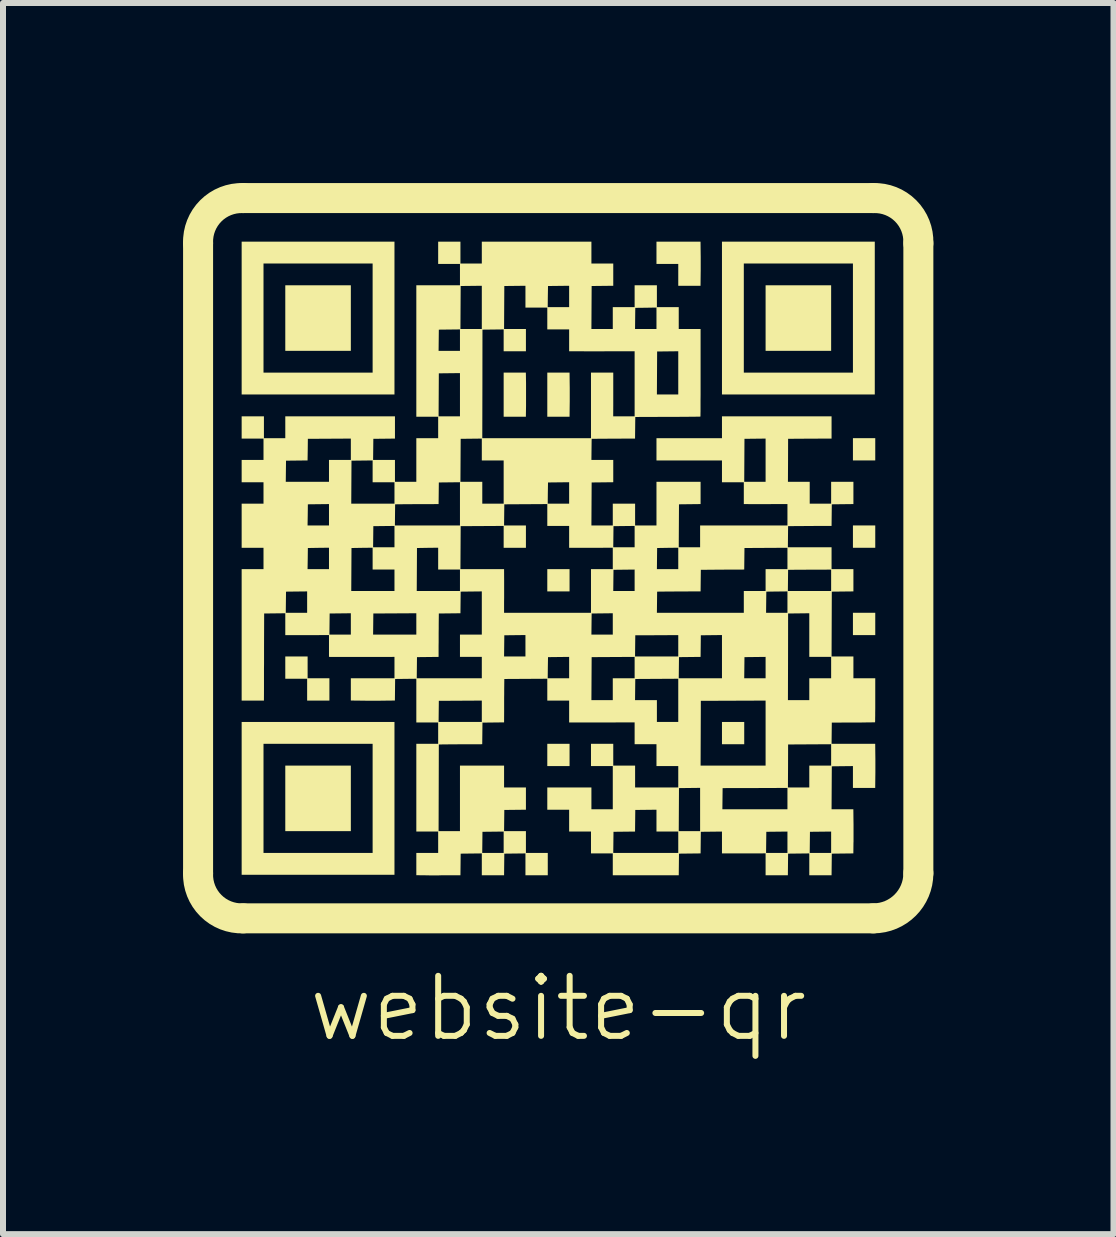
<source format=kicad_pcb>
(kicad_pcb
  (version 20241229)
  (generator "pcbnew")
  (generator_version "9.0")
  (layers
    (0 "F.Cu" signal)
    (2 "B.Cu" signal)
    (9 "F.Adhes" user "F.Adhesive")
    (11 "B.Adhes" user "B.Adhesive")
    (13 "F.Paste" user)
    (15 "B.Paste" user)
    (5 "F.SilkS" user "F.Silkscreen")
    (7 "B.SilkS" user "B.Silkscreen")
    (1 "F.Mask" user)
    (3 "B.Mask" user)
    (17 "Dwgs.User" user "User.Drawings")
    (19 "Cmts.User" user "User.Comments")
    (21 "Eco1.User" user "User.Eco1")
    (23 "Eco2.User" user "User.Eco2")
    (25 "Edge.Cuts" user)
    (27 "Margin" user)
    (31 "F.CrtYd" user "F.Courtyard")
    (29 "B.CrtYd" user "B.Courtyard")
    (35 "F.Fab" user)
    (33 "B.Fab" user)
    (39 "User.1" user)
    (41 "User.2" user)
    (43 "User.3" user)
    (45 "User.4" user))
  (footprint "website-qr"
    (layer "F.Cu")
    (at 6.25 6.25)
    (property "Reference" "website-qr" (at 0 7.5 0) (unlocked yes) (layer "F.SilkS") (effects (font (size 1 1) (thickness 0.1))))
    (attr smd)
    (fp_line (start -6 5.25) (end -6 -5.25) (stroke (width 0.5) (type default)) (layer "F.SilkS"))
    (fp_line (start -5.25 -6) (end 5.25 -6) (stroke (width 0.5) (type default)) (layer "F.SilkS"))
    (fp_line (start 5.25 6) (end -5.25 6) (stroke (width 0.5) (type default)) (layer "F.SilkS"))
    (fp_line (start 6 -5.25) (end 6 5.25) (stroke (width 0.5) (type default)) (layer "F.SilkS"))
    (fp_arc (start -6 -5.25) (mid -5.787635 -5.787635) (end -5.25 -6) (stroke (width 0.5) (type default)) (layer "F.SilkS"))
    (fp_arc (start -5.25 6.000001) (mid -5.787636 5.787636) (end -6 5.25) (stroke (width 0.5) (type default)) (layer "F.SilkS"))
    (fp_arc (start 5.25 -6) (mid 5.787636 -5.787636) (end 6.000001 -5.25) (stroke (width 0.5) (type default)) (layer "F.SilkS"))
    (fp_arc (start 6 5.25) (mid 5.78033 5.78033) (end 5.25 6) (stroke (width 0.5) (type default)) (layer "F.SilkS"))
    (fp_poly (pts (xy -3.455 -4.001) (xy -3.455 -3.455) (xy -4.001 -3.455) (xy -4.547 -3.455) (xy -4.547 -4.001) (xy -4.547 -4.547) (xy -4.001 -4.547) (xy -3.455 -4.547)) (stroke (width 0) (type solid)) (fill yes) (layer "F.SilkS"))
    (fp_poly (pts (xy -3.455 4.001) (xy -3.455 4.547) (xy -4.001 4.547) (xy -4.547 4.547) (xy -4.547 4.001) (xy -4.547 3.455) (xy -4.001 3.455) (xy -3.455 3.455)) (stroke (width 0) (type solid)) (fill yes) (layer "F.SilkS"))
    (fp_poly (pts (xy 0.189 0.368) (xy 0.189 0.553) (xy 0.004 0.553) (xy -0.182 0.553) (xy -0.182 0.368) (xy -0.182 0.182) (xy 0.004 0.182) (xy 0.189 0.182)) (stroke (width 0) (type solid)) (fill yes) (layer "F.SilkS"))
    (fp_poly (pts (xy 0.189 3.277) (xy 0.189 3.463) (xy 0.004 3.463) (xy -0.182 3.463) (xy -0.182 3.277) (xy -0.182 3.092) (xy 0.004 3.092) (xy 0.189 3.092)) (stroke (width 0) (type solid)) (fill yes) (layer "F.SilkS"))
    (fp_poly (pts (xy 3.099 2.914) (xy 3.099 3.099) (xy 2.914 3.099) (xy 2.728 3.099) (xy 2.728 2.914) (xy 2.728 2.728) (xy 2.914 2.728) (xy 3.099 2.728)) (stroke (width 0) (type solid)) (fill yes) (layer "F.SilkS"))
    (fp_poly (pts (xy 4.547 -4.001) (xy 4.547 -3.455) (xy 4.001 -3.455) (xy 3.455 -3.455) (xy 3.455 -4.001) (xy 3.455 -4.547) (xy 4.001 -4.547) (xy 4.547 -4.547)) (stroke (width 0) (type solid)) (fill yes) (layer "F.SilkS"))
    (fp_poly (pts (xy 5.282 -1.815) (xy 5.282 -1.629) (xy 5.096 -1.629) (xy 4.91 -1.629) (xy 4.91 -1.815) (xy 4.91 -2) (xy 5.096 -2) (xy 5.282 -2)) (stroke (width 0) (type solid)) (fill yes) (layer "F.SilkS"))
    (fp_poly (pts (xy 5.282 -0.36) (xy 5.282 -0.174) (xy 5.096 -0.174) (xy 4.91 -0.174) (xy 4.91 -0.36) (xy 4.91 -0.546) (xy 5.096 -0.546) (xy 5.282 -0.546)) (stroke (width 0) (type solid)) (fill yes) (layer "F.SilkS"))
    (fp_poly (pts (xy 5.282 1.095) (xy 5.282 1.281) (xy 5.096 1.281) (xy 4.91 1.281) (xy 4.91 1.095) (xy 4.91 0.909) (xy 5.096 0.909) (xy 5.282 0.909)) (stroke (width 0) (type solid)) (fill yes) (layer "F.SilkS"))
    (fp_poly (pts (xy -0.536 -2.908) (xy -0.536 -2.841) (xy -0.536 -2.765) (xy -0.536 -2.686) (xy -0.536 -2.61) (xy -0.536 -2.543) (xy -0.536 -2.54) (xy -0.539 -2.357) (xy -0.724 -2.357) (xy -0.909 -2.357) (xy -0.909 -2.724) (xy -0.909 -3.092) (xy -0.724 -3.092) (xy -0.539 -3.092)) (stroke (width 0) (type solid)) (fill yes) (layer "F.SilkS"))
    (fp_poly (pts (xy 0.191 -2.908) (xy 0.192 -2.841) (xy 0.192 -2.765) (xy 0.192 -2.686) (xy 0.192 -2.61) (xy 0.191 -2.543) (xy 0.191 -2.54) (xy 0.189 -2.357) (xy 0.004 -2.357) (xy -0.182 -2.357) (xy -0.182 -2.724) (xy -0.182 -3.092) (xy 0.004 -3.092) (xy 0.189 -3.092)) (stroke (width 0) (type solid)) (fill yes) (layer "F.SilkS"))
    (fp_poly (pts (xy -4.175 1.819) (xy -4.175 2) (xy -3.993 2) (xy -3.812 2) (xy -3.812 2.186) (xy -3.812 2.372) (xy -3.997 2.372) (xy -4.183 2.372) (xy -4.183 2.19) (xy -4.183 2.008) (xy -4.365 2.008) (xy -4.547 2.008) (xy -4.547 1.822) (xy -4.547 1.637) (xy -4.361 1.637) (xy -4.175 1.637)) (stroke (width 0) (type solid)) (fill yes) (layer "F.SilkS"))
    (fp_poly (pts (xy 2.373 -5.09) (xy 2.374 -5.024) (xy 2.374 -4.948) (xy 2.374 -4.869) (xy 2.374 -4.793) (xy 2.373 -4.726) (xy 2.373 -4.723) (xy 2.371 -4.539) (xy 2.186 -4.539) (xy 2 -4.539) (xy 2 -4.721) (xy 2 -4.903) (xy 1.819 -4.903) (xy 1.637 -4.903) (xy 1.637 -5.088) (xy 1.637 -5.274) (xy 2.004 -5.274) (xy 2.371 -5.274)) (stroke (width 0) (type solid)) (fill yes) (layer "F.SilkS"))
    (fp_poly (pts (xy -2.728 -4.001) (xy -2.728 -2.728) (xy -4.001 -2.728) (xy -5.274 -2.728) (xy -5.274 -4.001) (xy -5.274 -4.91) (xy -4.91 -4.91) (xy -4.91 -4.001) (xy -4.91 -3.092) (xy -4.001 -3.092) (xy -3.092 -3.092) (xy -3.092 -4.001) (xy -3.092 -4.91) (xy -4.001 -4.91) (xy -4.91 -4.91) (xy -5.274 -4.91) (xy -5.274 -5.274) (xy -4.001 -5.274) (xy -2.728 -5.274)) (stroke (width 0) (type solid)) (fill yes) (layer "F.SilkS"))
    (fp_poly (pts (xy -2.728 4.001) (xy -2.728 5.274) (xy -4.001 5.274) (xy -5.274 5.274) (xy -5.274 4.001) (xy -5.274 3.092) (xy -4.91 3.092) (xy -4.91 4.001) (xy -4.91 4.91) (xy -4.001 4.91) (xy -3.092 4.91) (xy -3.092 4.001) (xy -3.092 3.092) (xy -4.001 3.092) (xy -4.91 3.092) (xy -5.274 3.092) (xy -5.274 2.728) (xy -4.001 2.728) (xy -2.728 2.728)) (stroke (width 0) (type solid)) (fill yes) (layer "F.SilkS"))
    (fp_poly (pts (xy 5.274 -4.001) (xy 5.274 -2.728) (xy 4.001 -2.728) (xy 2.728 -2.728) (xy 2.728 -4.001) (xy 2.728 -4.91) (xy 3.092 -4.91) (xy 3.092 -4.001) (xy 3.092 -3.092) (xy 4.001 -3.092) (xy 4.91 -3.092) (xy 4.91 -4.001) (xy 4.91 -4.91) (xy 4.001 -4.91) (xy 3.092 -4.91) (xy 2.728 -4.91) (xy 2.728 -5.274) (xy 4.001 -5.274) (xy 5.274 -5.274)) (stroke (width 0) (type solid)) (fill yes) (layer "F.SilkS"))
    (fp_poly (pts (xy -1.629 -5.092) (xy -1.629 -4.91) (xy -1.451 -4.91) (xy -1.273 -4.91) (xy -1.273 -5.092) (xy -1.273 -5.274) (xy -0.36 -5.274) (xy 0.553 -5.274) (xy 0.553 -5.092) (xy 0.553 -4.91) (xy 0.735 -4.91) (xy 0.917 -4.91) (xy 0.917 -4.725) (xy 0.917 -4.539) (xy 0.737 -4.537) (xy 0.557 -4.535) (xy 0.555 -4.177) (xy 0.553 -3.819) (xy 0.731 -3.819) (xy 0.909 -3.819) (xy 1.28 -3.819) (xy 1.459 -3.819) (xy 1.637 -3.819) (xy 1.637 -3.997) (xy 1.637 -4.176) (xy 1.461 -4.173) (xy 1.284 -4.171) (xy 1.282 -3.995) (xy 1.28 -3.819) (xy 0.909 -3.819) (xy 0.909 -4.001) (xy 0.909 -4.183) (xy 1.091 -4.183) (xy 1.273 -4.183) (xy 1.273 -4.365) (xy 1.273 -4.547) (xy 1.459 -4.547) (xy 1.644 -4.547) (xy 1.644 -4.365) (xy 1.644 -4.183) (xy 1.826 -4.183) (xy 2.008 -4.183) (xy 2.008 -4.001) (xy 2.008 -3.819) (xy 2.19 -3.819) (xy 2.372 -3.819) (xy 2.372 -3.635) (xy 2.372 -3.507) (xy 2.372 -3.381) (xy 2.372 -3.258) (xy 2.372 -3.14) (xy 2.372 -3.026) (xy 2.372 -2.919) (xy 2.372 -2.818) (xy 2.372 -2.725) (xy 2.371 -2.64) (xy 2.371 -2.565) (xy 2.371 -2.5) (xy 2.371 -2.446) (xy 2.37 -2.404) (xy 2.37 -2.376) (xy 2.369 -2.361) (xy 2.369 -2.359) (xy 2.361 -2.359) (xy 2.34 -2.358) (xy 2.305 -2.358) (xy 2.259 -2.357) (xy 2.203 -2.357) (xy 2.137 -2.356) (xy 2.064 -2.356) (xy 1.984 -2.355) (xy 1.898 -2.355) (xy 1.825 -2.355) (xy 1.284 -2.353) (xy 1.282 -2.173) (xy 1.28 -1.993) (xy 1.101 -1.993) (xy 1.035 -1.992) (xy 0.96 -1.992) (xy 0.882 -1.992) (xy 0.807 -1.991) (xy 0.74 -1.991) (xy 0.739 -1.991) (xy 0.557 -1.989) (xy 0.555 -1.813) (xy 0.553 -1.637) (xy 0.735 -1.637) (xy 0.917 -1.637) (xy 0.917 -1.451) (xy 0.917 -1.266) (xy 0.737 -1.264) (xy 0.557 -1.262) (xy 0.555 -0.904) (xy 0.553 -0.546) (xy 0.731 -0.546) (xy 0.909 -0.546) (xy 0.909 -0.727) (xy 0.909 -0.909) (xy 1.095 -0.909) (xy 1.281 -0.909) (xy 1.281 -0.727) (xy 1.281 -0.546) (xy 1.459 -0.546) (xy 1.637 -0.546) (xy 1.637 -0.909) (xy 1.637 -1.273) (xy 2.004 -1.273) (xy 2.372 -1.273) (xy 2.372 -1.088) (xy 2.372 -0.902) (xy 2.192 -0.9) (xy 2.012 -0.898) (xy 2.01 -0.54) (xy 2.008 -0.182) (xy 2.186 -0.182) (xy 2.364 -0.182) (xy 2.364 -0.364) (xy 2.364 -0.546) (xy 3.092 -0.546) (xy 3.819 -0.546) (xy 3.819 -0.724) (xy 3.819 -0.902) (xy 3.639 -0.902) (xy 3.574 -0.902) (xy 3.499 -0.901) (xy 3.421 -0.901) (xy 3.346 -0.901) (xy 3.279 -0.901) (xy 3.275 -0.901) (xy 3.092 -0.902) (xy 3.092 -1.084) (xy 3.092 -1.265) (xy 2.91 -1.265) (xy 2.728 -1.265) (xy 2.728 -1.273) (xy 3.099 -1.273) (xy 3.277 -1.273) (xy 3.455 -1.273) (xy 3.455 -1.633) (xy 3.455 -1.993) (xy 3.279 -1.991) (xy 3.103 -1.989) (xy 3.101 -1.631) (xy 3.099 -1.273) (xy 2.728 -1.273) (xy 2.728 -1.447) (xy 2.728 -1.629) (xy 2.366 -1.629) (xy 2.285 -1.629) (xy 2.202 -1.629) (xy 2.119 -1.629) (xy 2.04 -1.629) (xy 1.966 -1.629) (xy 1.9 -1.629) (xy 1.845 -1.629) (xy 1.821 -1.629) (xy 1.637 -1.629) (xy 1.637 -1.815) (xy 1.637 -2) (xy 2.182 -2) (xy 2.728 -2) (xy 2.728 -2.182) (xy 2.728 -2.364) (xy 3.641 -2.364) (xy 4.554 -2.364) (xy 4.554 -2.179) (xy 4.554 -1.993) (xy 4.374 -1.993) (xy 4.309 -1.992) (xy 4.234 -1.992) (xy 4.156 -1.992) (xy 4.08 -1.991) (xy 4.014 -1.991) (xy 4.012 -1.991) (xy 3.83 -1.989) (xy 3.829 -1.631) (xy 3.827 -1.273) (xy 4.009 -1.273) (xy 4.19 -1.273) (xy 4.19 -1.091) (xy 4.19 -0.909) (xy 4.368 -0.909) (xy 4.547 -0.909) (xy 4.547 -1.091) (xy 4.547 -1.273) (xy 4.732 -1.273) (xy 4.918 -1.273) (xy 4.918 -1.088) (xy 4.918 -0.902) (xy 4.738 -0.9) (xy 4.558 -0.898) (xy 4.556 -0.718) (xy 4.554 -0.538) (xy 4.374 -0.538) (xy 4.308 -0.538) (xy 4.234 -0.537) (xy 4.156 -0.537) (xy 4.08 -0.536) (xy 4.014 -0.536) (xy 4.012 -0.536) (xy 3.83 -0.534) (xy 3.828 -0.358) (xy 3.826 -0.182) (xy 4.19 -0.182) (xy 4.554 -0.182) (xy 4.554 0) (xy 4.554 0.182) (xy 4.736 0.182) (xy 4.918 0.182) (xy 4.918 0.367) (xy 4.918 0.553) (xy 4.738 0.555) (xy 4.558 0.557) (xy 4.556 1.097) (xy 4.554 1.637) (xy 4.736 1.637) (xy 4.918 1.637) (xy 4.918 1.819) (xy 4.918 2) (xy 5.1 2) (xy 5.282 2) (xy 5.282 2.184) (xy 5.282 2.271) (xy 5.282 2.355) (xy 5.282 2.433) (xy 5.282 2.505) (xy 5.281 2.57) (xy 5.281 2.625) (xy 5.28 2.671) (xy 5.28 2.705) (xy 5.279 2.726) (xy 5.279 2.733) (xy 5.271 2.734) (xy 5.249 2.734) (xy 5.216 2.735) (xy 5.171 2.735) (xy 5.118 2.736) (xy 5.057 2.737) (xy 4.989 2.737) (xy 4.917 2.737) (xy 4.558 2.739) (xy 4.556 2.915) (xy 4.554 3.092) (xy 4.917 3.092) (xy 5.281 3.092) (xy 5.283 3.275) (xy 5.284 3.342) (xy 5.284 3.418) (xy 5.284 3.497) (xy 5.284 3.573) (xy 5.283 3.64) (xy 5.283 3.643) (xy 5.281 3.827) (xy 5.096 3.827) (xy 4.91 3.827) (xy 4.91 3.645) (xy 4.91 3.463) (xy 4.734 3.465) (xy 4.558 3.467) (xy 4.556 3.825) (xy 4.554 4.183) (xy 4.736 4.183) (xy 4.917 4.183) (xy 4.919 4.367) (xy 4.92 4.433) (xy 4.92 4.509) (xy 4.92 4.588) (xy 4.92 4.664) (xy 4.92 4.731) (xy 4.919 4.734) (xy 4.917 4.918) (xy 4.738 4.92) (xy 4.558 4.922) (xy 4.556 5.102) (xy 4.554 5.282) (xy 4.368 5.282) (xy 4.183 5.282) (xy 4.183 5.1) (xy 4.183 4.918) (xy 4.007 4.92) (xy 3.83 4.922) (xy 3.828 5.102) (xy 3.826 5.282) (xy 3.641 5.282) (xy 3.455 5.282) (xy 3.455 5.099) (xy 3.455 4.917) (xy 3.275 4.918) (xy 3.21 4.918) (xy 3.136 4.918) (xy 3.058 4.918) (xy 2.982 4.918) (xy 2.915 4.918) (xy 2.912 4.918) (xy 2.728 4.918) (xy 2.728 4.91) (xy 3.463 4.91) (xy 3.641 4.91) (xy 3.819 4.91) (xy 4.19 4.91) (xy 4.368 4.91) (xy 4.547 4.91) (xy 4.547 4.732) (xy 4.547 4.554) (xy 4.37 4.556) (xy 4.194 4.558) (xy 4.192 4.734) (xy 4.19 4.91) (xy 3.819 4.91) (xy 3.819 4.732) (xy 3.819 4.554) (xy 3.643 4.556) (xy 3.467 4.558) (xy 3.465 4.734) (xy 3.463 4.91) (xy 2.728 4.91) (xy 2.728 4.736) (xy 2.728 4.554) (xy 2.552 4.556) (xy 2.376 4.558) (xy 2.374 4.738) (xy 2.372 4.918) (xy 2.192 4.92) (xy 2.012 4.922) (xy 2.01 5.102) (xy 2.008 5.282) (xy 1.83 5.282) (xy 1.766 5.282) (xy 1.693 5.282) (xy 1.616 5.282) (xy 1.541 5.282) (xy 1.473 5.282) (xy 1.462 5.282) (xy 1.396 5.282) (xy 1.32 5.282) (xy 1.242 5.282) (xy 1.167 5.282) (xy 1.1 5.282) (xy 1.091 5.282) (xy 0.909 5.282) (xy 0.909 5.1) (xy 0.909 4.918) (xy 0.727 4.918) (xy 0.546 4.918) (xy 0.546 4.91) (xy 0.917 4.91) (xy 1.459 4.91) (xy 2 4.91) (xy 2 4.732) (xy 2 4.554) (xy 1.819 4.554) (xy 1.637 4.554) (xy 1.637 4.547) (xy 2.008 4.547) (xy 2.186 4.547) (xy 2.364 4.547) (xy 2.364 4.186) (xy 2.364 4.183) (xy 2.735 4.183) (xy 3.277 4.183) (xy 3.819 4.183) (xy 3.819 4.005) (xy 3.819 3.827) (xy 3.279 3.829) (xy 2.739 3.83) (xy 2.737 4.007) (xy 2.735 4.183) (xy 2.364 4.183) (xy 2.364 3.826) (xy 2.188 3.828) (xy 2.012 3.83) (xy 2.01 4.189) (xy 2.008 4.547) (xy 1.637 4.547) (xy 1.637 4.372) (xy 1.637 4.19) (xy 1.461 4.192) (xy 1.284 4.194) (xy 1.282 4.374) (xy 1.28 4.554) (xy 1.101 4.556) (xy 0.921 4.558) (xy 0.919 4.734) (xy 0.917 4.91) (xy 0.546 4.91) (xy 0.546 4.736) (xy 0.546 4.554) (xy 0.364 4.554) (xy 0.182 4.554) (xy 0.182 4.372) (xy 0.182 4.19) (xy 0 4.19) (xy -0.182 4.19) (xy -0.182 4.005) (xy -0.182 3.819) (xy 0.186 3.819) (xy 0.553 3.819) (xy 0.553 4.001) (xy 0.553 4.183) (xy 0.731 4.183) (xy 0.909 4.183) (xy 0.909 3.823) (xy 0.909 3.463) (xy 0.727 3.463) (xy 0.546 3.463) (xy 0.546 3.277) (xy 0.546 3.092) (xy 0.731 3.092) (xy 0.917 3.092) (xy 0.917 3.274) (xy 0.917 3.455) (xy 1.099 3.455) (xy 1.281 3.455) (xy 1.281 3.637) (xy 1.281 3.819) (xy 1.641 3.819) (xy 2 3.819) (xy 3.827 3.819) (xy 4.005 3.819) (xy 4.183 3.819) (xy 4.183 3.637) (xy 4.183 3.455) (xy 4.365 3.455) (xy 4.547 3.455) (xy 4.547 3.277) (xy 4.547 3.099) (xy 4.189 3.101) (xy 3.83 3.103) (xy 3.829 3.461) (xy 3.827 3.819) (xy 2 3.819) (xy 2 3.641) (xy 2 3.463) (xy 1.819 3.463) (xy 1.637 3.463) (xy 1.637 3.455) (xy 2.372 3.455) (xy 2.914 3.455) (xy 3.455 3.455) (xy 3.455 2.914) (xy 3.455 2.372) (xy 2.915 2.374) (xy 2.376 2.376) (xy 2.374 2.915) (xy 2.372 3.455) (xy 1.637 3.455) (xy 1.637 3.281) (xy 1.637 3.099) (xy 1.455 3.099) (xy 1.273 3.099) (xy 1.273 2.917) (xy 1.273 2.735) (xy 0.911 2.736) (xy 0.83 2.736) (xy 0.747 2.736) (xy 0.664 2.736) (xy 0.585 2.736) (xy 0.511 2.736) (xy 0.445 2.736) (xy 0.39 2.736) (xy 0.366 2.736) (xy 0.182 2.736) (xy 0.182 2.554) (xy 0.182 2.372) (xy 0 2.372) (xy -0.182 2.372) (xy -0.182 2.364) (xy 0.553 2.364) (xy 0.731 2.364) (xy 0.909 2.364) (xy 1.28 2.364) (xy 1.462 2.364) (xy 1.644 2.364) (xy 1.644 2.546) (xy 1.644 2.728) (xy 1.822 2.728) (xy 2 2.728) (xy 2 2.368) (xy 2 2.364) (xy 3.827 2.364) (xy 4.005 2.364) (xy 4.183 2.364) (xy 4.183 2.182) (xy 4.183 2) (xy 4.365 2) (xy 4.547 2) (xy 4.547 1.822) (xy 4.547 1.644) (xy 4.365 1.644) (xy 4.183 1.644) (xy 4.183 1.28) (xy 4.183 0.917) (xy 4.007 0.919) (xy 3.83 0.921) (xy 3.829 1.642) (xy 3.827 2.364) (xy 2 2.364) (xy 2 2.008) (xy 1.642 2.01) (xy 1.284 2.012) (xy 1.282 2.188) (xy 1.28 2.364) (xy 0.909 2.364) (xy 0.909 2.182) (xy 0.909 2) (xy 1.091 2) (xy 1.273 2) (xy 2.008 2) (xy 2.368 2) (xy 2.728 2) (xy 3.099 2) (xy 3.277 2) (xy 3.455 2) (xy 3.455 1.822) (xy 3.455 1.644) (xy 3.279 1.646) (xy 3.103 1.648) (xy 3.101 1.824) (xy 3.099 2) (xy 2.728 2) (xy 2.728 1.64) (xy 2.728 1.28) (xy 2.552 1.282) (xy 2.376 1.284) (xy 2.374 1.464) (xy 2.372 1.644) (xy 2.192 1.646) (xy 2.012 1.648) (xy 2.01 1.824) (xy 2.008 2) (xy 1.273 2) (xy 1.273 1.822) (xy 1.273 1.644) (xy 0.915 1.646) (xy 0.557 1.648) (xy 0.555 2.006) (xy 0.553 2.364) (xy -0.182 2.364) (xy -0.182 2.19) (xy -0.182 2.008) (xy -0.54 2.01) (xy -0.898 2.012) (xy -0.9 2.194) (xy -0.9 2.26) (xy -0.901 2.335) (xy -0.901 2.413) (xy -0.901 2.488) (xy -0.901 2.554) (xy -0.901 2.555) (xy -0.902 2.735) (xy -1.082 2.737) (xy -1.262 2.739) (xy -1.264 2.919) (xy -1.266 3.099) (xy -1.446 3.1) (xy -1.511 3.1) (xy -1.586 3.1) (xy -1.664 3.1) (xy -1.739 3.101) (xy -1.806 3.101) (xy -1.807 3.101) (xy -1.989 3.103) (xy -1.991 3.825) (xy -1.993 4.547) (xy -1.815 4.547) (xy -1.637 4.547) (xy -1.637 4.001) (xy -1.637 3.455) (xy -1.269 3.455) (xy -0.902 3.455) (xy -0.902 3.637) (xy -0.902 3.819) (xy -0.72 3.819) (xy -0.538 3.819) (xy -0.538 4.005) (xy -0.538 4.19) (xy -0.718 4.192) (xy -0.898 4.194) (xy -0.9 4.37) (xy -0.902 4.547) (xy -0.72 4.547) (xy -0.538 4.547) (xy -0.538 4.728) (xy -0.538 4.91) (xy -0.356 4.91) (xy -0.174 4.91) (xy -0.174 5.096) (xy -0.174 5.282) (xy -0.36 5.282) (xy -0.546 5.282) (xy -0.546 5.1) (xy -0.546 4.918) (xy -0.722 4.92) (xy -0.898 4.922) (xy -0.9 5.102) (xy -0.902 5.282) (xy -1.088 5.282) (xy -1.273 5.282) (xy -1.273 5.1) (xy -1.273 4.918) (xy -1.449 4.92) (xy -1.625 4.922) (xy -1.627 5.102) (xy -1.629 5.282) (xy -1.803 5.282) (xy -1.853 5.282) (xy -1.899 5.282) (xy -1.937 5.282) (xy -1.966 5.283) (xy -1.983 5.283) (xy -1.987 5.284) (xy -1.997 5.284) (xy -2.02 5.284) (xy -2.054 5.284) (xy -2.096 5.284) (xy -2.145 5.284) (xy -2.18 5.283) (xy -2.364 5.281) (xy -2.364 5.096) (xy -2.364 4.91) (xy -2.182 4.91) (xy -2 4.91) (xy -1.266 4.91) (xy -1.088 4.91) (xy -0.909 4.91) (xy -0.909 4.732) (xy -0.909 4.554) (xy -1.085 4.556) (xy -1.262 4.558) (xy -1.264 4.734) (xy -1.266 4.91) (xy -2 4.91) (xy -2 4.732) (xy -2 4.554) (xy -2.182 4.554) (xy -2.364 4.554) (xy -2.364 3.823) (xy -2.364 3.092) (xy -2.182 3.092) (xy -2 3.092) (xy -2 2.914) (xy -2 2.736) (xy -2.182 2.736) (xy -2.364 2.736) (xy -2.364 2.728) (xy -1.993 2.728) (xy -1.633 2.728) (xy -1.273 2.728) (xy -1.273 2.55) (xy -1.273 2.372) (xy -1.631 2.374) (xy -1.989 2.376) (xy -1.991 2.552) (xy -1.993 2.728) (xy -2.364 2.728) (xy -2.364 2.372) (xy -2.364 2.008) (xy -2.54 2.01) (xy -2.717 2.012) (xy -2.719 2.192) (xy -2.721 2.371) (xy -2.904 2.373) (xy -2.971 2.374) (xy -3.047 2.374) (xy -3.126 2.374) (xy -3.202 2.374) (xy -3.269 2.373) (xy -3.272 2.373) (xy -3.455 2.371) (xy -3.455 2.186) (xy -3.455 2) (xy -3.092 2) (xy -2.728 2) (xy -2.357 2) (xy -1.815 2) (xy -1.273 2) (xy -0.175 2) (xy 0.004 2) (xy 0.182 2) (xy 0.182 1.822) (xy 0.182 1.644) (xy 0.006 1.646) (xy -0.17 1.648) (xy -0.173 1.824) (xy -0.175 2) (xy -1.273 2) (xy -1.273 1.822) (xy -1.273 1.644) (xy -1.455 1.644) (xy -1.637 1.644) (xy -1.637 1.637) (xy -0.902 1.637) (xy -0.724 1.637) (xy -0.546 1.637) (xy 1.28 1.637) (xy 1.64 1.637) (xy 2 1.637) (xy 2 1.459) (xy 2 1.281) (xy 1.642 1.283) (xy 1.284 1.284) (xy 1.282 1.461) (xy 1.28 1.637) (xy -0.546 1.637) (xy -0.546 1.459) (xy -0.546 1.28) (xy -0.722 1.282) (xy -0.898 1.284) (xy -0.9 1.461) (xy -0.902 1.637) (xy -1.637 1.637) (xy -1.637 1.459) (xy -1.637 1.273) (xy -1.455 1.273) (xy -1.273 1.273) (xy 0.553 1.273) (xy 0.731 1.273) (xy 0.909 1.273) (xy 0.909 1.095) (xy 0.909 0.917) (xy 0.733 0.919) (xy 0.557 0.921) (xy 0.555 1.097) (xy 0.553 1.273) (xy -1.273 1.273) (xy -1.273 0.913) (xy -1.273 0.553) (xy -1.449 0.555) (xy -1.625 0.557) (xy -1.627 0.737) (xy -1.629 0.917) (xy -1.809 0.919) (xy -1.989 0.921) (xy -1.991 1.103) (xy -1.991 1.169) (xy -1.992 1.244) (xy -1.992 1.322) (xy -1.992 1.397) (xy -1.993 1.463) (xy -1.993 1.464) (xy -1.993 1.644) (xy -2.173 1.646) (xy -2.353 1.648) (xy -2.355 1.824) (xy -2.357 2) (xy -2.728 2) (xy -2.728 1.822) (xy -2.728 1.644) (xy -3.09 1.645) (xy -3.171 1.645) (xy -3.254 1.645) (xy -3.337 1.645) (xy -3.416 1.645) (xy -3.49 1.645) (xy -3.556 1.645) (xy -3.61 1.645) (xy -3.635 1.645) (xy -3.819 1.644) (xy -3.819 1.462) (xy -3.819 1.28) (xy -3.999 1.281) (xy -4.064 1.281) (xy -4.139 1.281) (xy -4.217 1.281) (xy -4.292 1.281) (xy -4.359 1.281) (xy -4.363 1.281) (xy -4.547 1.281) (xy -4.547 1.273) (xy -3.812 1.273) (xy -3.634 1.273) (xy -3.455 1.273) (xy -3.084 1.273) (xy -2.724 1.273) (xy -2.364 1.273) (xy -2.364 1.095) (xy -2.364 0.917) (xy -2.722 0.919) (xy -3.08 0.921) (xy -3.082 1.097) (xy -3.084 1.273) (xy -3.455 1.273) (xy -3.455 1.095) (xy -3.455 0.917) (xy -3.632 0.919) (xy -3.808 0.921) (xy -3.81 1.097) (xy -3.812 1.273) (xy -4.547 1.273) (xy -4.547 1.099) (xy -4.547 0.917) (xy -4.723 0.919) (xy -4.899 0.921) (xy -4.901 1.466) (xy -4.901 1.562) (xy -4.901 1.657) (xy -4.901 1.751) (xy -4.902 1.841) (xy -4.902 1.925) (xy -4.902 2.003) (xy -4.902 2.071) (xy -4.902 2.129) (xy -4.902 2.175) (xy -4.902 2.192) (xy -4.903 2.372) (xy -5.088 2.372) (xy -5.274 2.372) (xy -5.274 1.277) (xy -5.274 0.909) (xy -4.539 0.909) (xy -4.361 0.909) (xy -4.183 0.909) (xy -4.183 0.731) (xy -4.183 0.553) (xy -4.359 0.555) (xy -4.535 0.557) (xy -4.537 0.733) (xy -4.539 0.909) (xy -5.274 0.909) (xy -5.274 0.546) (xy -3.448 0.546) (xy -3.088 0.546) (xy -2.728 0.546) (xy -2.357 0.546) (xy -1.997 0.546) (xy -1.637 0.546) (xy -1.637 0.368) (xy -1.637 0.189) (xy -1.819 0.189) (xy -2 0.189) (xy -2 0.182) (xy -1.629 0.182) (xy -1.265 0.182) (xy -0.902 0.182) (xy -0.901 0.366) (xy -0.901 0.432) (xy -0.901 0.507) (xy -0.901 0.585) (xy -0.901 0.66) (xy -0.902 0.726) (xy -0.902 0.729) (xy -0.902 0.909) (xy -0.178 0.909) (xy 0.546 0.909) (xy 1.644 0.909) (xy 2.368 0.909) (xy 3.092 0.909) (xy 3.463 0.909) (xy 3.641 0.909) (xy 3.819 0.909) (xy 3.819 0.731) (xy 3.819 0.553) (xy 3.643 0.555) (xy 3.467 0.557) (xy 3.465 0.733) (xy 3.463 0.909) (xy 3.092 0.909) (xy 3.092 0.727) (xy 3.092 0.546) (xy 3.274 0.546) (xy 3.455 0.546) (xy 3.826 0.546) (xy 4.186 0.546) (xy 4.547 0.546) (xy 4.547 0.368) (xy 4.547 0.19) (xy 4.189 0.191) (xy 3.83 0.193) (xy 3.828 0.369) (xy 3.826 0.546) (xy 3.455 0.546) (xy 3.455 0.364) (xy 3.455 0.182) (xy 3.637 0.182) (xy 3.819 0.182) (xy 3.819 0.004) (xy 3.819 -0.174) (xy 3.461 -0.172) (xy 3.103 -0.17) (xy 3.101 0.009) (xy 3.099 0.189) (xy 2.919 0.19) (xy 2.854 0.19) (xy 2.779 0.19) (xy 2.701 0.191) (xy 2.626 0.191) (xy 2.559 0.192) (xy 2.557 0.192) (xy 2.376 0.193) (xy 2.374 0.373) (xy 2.372 0.553) (xy 2.192 0.553) (xy 2.126 0.554) (xy 2.051 0.554) (xy 1.973 0.554) (xy 1.898 0.555) (xy 1.832 0.555) (xy 1.83 0.555) (xy 1.648 0.557) (xy 1.646 0.733) (xy 1.644 0.909) (xy 0.546 0.909) (xy 0.546 0.546) (xy 0.917 0.546) (xy 1.095 0.546) (xy 1.273 0.546) (xy 1.273 0.367) (xy 1.273 0.189) (xy 1.097 0.191) (xy 0.921 0.193) (xy 0.919 0.369) (xy 0.917 0.546) (xy 0.546 0.546) (xy 0.546 0.182) (xy 0.727 0.182) (xy 0.909 0.182) (xy 1.644 0.182) (xy 1.822 0.182) (xy 2 0.182) (xy 2 0.004) (xy 2 -0.175) (xy 1.824 -0.173) (xy 1.648 -0.17) (xy 1.646 0.006) (xy 1.644 0.182) (xy 0.909 0.182) (xy 0.909 0.003) (xy 0.909 -0.175) (xy 0.729 -0.174) (xy 0.664 -0.174) (xy 0.59 -0.174) (xy 0.512 -0.174) (xy 0.436 -0.174) (xy 0.369 -0.174) (xy 0.366 -0.174) (xy 0.182 -0.174) (xy 0.182 -0.182) (xy 0.917 -0.182) (xy 1.095 -0.182) (xy 1.273 -0.182) (xy 1.273 -0.36) (xy 1.273 -0.538) (xy 1.097 -0.536) (xy 0.921 -0.534) (xy 0.919 -0.358) (xy 0.917 -0.182) (xy 0.182 -0.182) (xy 0.182 -0.356) (xy 0.182 -0.538) (xy 0 -0.538) (xy -0.182 -0.538) (xy -0.182 -0.72) (xy -0.182 -0.902) (xy -0.54 -0.9) (xy -0.898 -0.898) (xy -0.9 -0.722) (xy -0.902 -0.546) (xy -0.72 -0.546) (xy -0.538 -0.546) (xy -0.538 -0.36) (xy -0.538 -0.174) (xy -0.724 -0.174) (xy -0.909 -0.174) (xy -0.909 -0.356) (xy -0.909 -0.538) (xy -1.267 -0.536) (xy -1.625 -0.534) (xy -1.627 -0.176) (xy -1.629 0.182) (xy -2 0.182) (xy -2 0.007) (xy -2 -0.175) (xy -2.177 -0.173) (xy -2.353 -0.17) (xy -2.355 0.188) (xy -2.357 0.546) (xy -2.728 0.546) (xy -2.728 0.368) (xy -2.728 0.189) (xy -2.91 0.189) (xy -3.092 0.189) (xy -3.092 0.007) (xy -3.092 -0.175) (xy -3.268 -0.173) (xy -3.444 -0.17) (xy -3.446 0.188) (xy -3.448 0.546) (xy -5.274 0.546) (xy -5.274 0.182) (xy -5.092 0.182) (xy -4.91 0.182) (xy -4.176 0.182) (xy -3.997 0.182) (xy -3.819 0.182) (xy -3.819 0.004) (xy -3.819 -0.175) (xy -3.995 -0.173) (xy -4.171 -0.17) (xy -4.173 0.006) (xy -4.176 0.182) (xy -4.91 0.182) (xy -4.91 0.004) (xy -4.91 -0.174) (xy -5.092 -0.174) (xy -5.274 -0.174) (xy -5.274 -0.182) (xy -3.084 -0.182) (xy -2.906 -0.182) (xy -2.728 -0.182) (xy -2.728 -0.36) (xy -2.728 -0.538) (xy -2.904 -0.536) (xy -3.08 -0.534) (xy -3.082 -0.358) (xy -3.084 -0.182) (xy -5.274 -0.182) (xy -5.274 -0.542) (xy -5.274 -0.546) (xy -4.176 -0.546) (xy -3.997 -0.546) (xy -3.819 -0.546) (xy -2.721 -0.546) (xy -2.179 -0.546) (xy -1.637 -0.546) (xy -1.637 -0.906) (xy -1.637 -1.266) (xy -1.813 -1.264) (xy -1.989 -1.262) (xy -1.991 -1.082) (xy -1.993 -0.902) (xy -2.173 -0.901) (xy -2.239 -0.901) (xy -2.313 -0.901) (xy -2.391 -0.901) (xy -2.467 -0.9) (xy -2.533 -0.9) (xy -2.535 -0.9) (xy -2.717 -0.898) (xy -2.719 -0.722) (xy -2.721 -0.546) (xy -3.819 -0.546) (xy -3.819 -0.724) (xy -3.819 -0.902) (xy -3.995 -0.9) (xy -4.171 -0.898) (xy -4.173 -0.722) (xy -4.176 -0.546) (xy -5.274 -0.546) (xy -5.274 -0.909) (xy -5.092 -0.909) (xy -4.91 -0.909) (xy -3.448 -0.909) (xy -3.088 -0.909) (xy -2.728 -0.909) (xy -2.728 -1.087) (xy -2.728 -1.265) (xy -2.91 -1.265) (xy -3.092 -1.265) (xy -3.092 -1.447) (xy -3.092 -1.629) (xy -3.268 -1.627) (xy -3.444 -1.625) (xy -3.446 -1.267) (xy -3.448 -0.909) (xy -4.91 -0.909) (xy -4.91 -1.087) (xy -4.91 -1.265) (xy -5.092 -1.265) (xy -5.274 -1.265) (xy -5.274 -1.273) (xy -4.539 -1.273) (xy -4.179 -1.273) (xy -3.819 -1.273) (xy -3.819 -1.455) (xy -3.819 -1.637) (xy -3.637 -1.637) (xy -3.455 -1.637) (xy -3.455 -1.815) (xy -3.455 -1.993) (xy -3.813 -1.991) (xy -4.171 -1.989) (xy -4.173 -1.809) (xy -4.176 -1.629) (xy -4.355 -1.627) (xy -4.535 -1.625) (xy -4.537 -1.449) (xy -4.539 -1.273) (xy -5.274 -1.273) (xy -5.274 -1.451) (xy -5.274 -1.637) (xy -5.092 -1.637) (xy -4.91 -1.637) (xy -4.91 -1.815) (xy -4.91 -1.993) (xy -5.092 -1.993) (xy -5.274 -1.993) (xy -5.274 -2.179) (xy -5.274 -2.364) (xy -5.088 -2.364) (xy -4.903 -2.364) (xy -4.903 -2.182) (xy -4.903 -2) (xy -4.725 -2) (xy -4.547 -2) (xy -4.547 -2.182) (xy -4.547 -2.364) (xy -3.633 -2.364) (xy -2.72 -2.364) (xy -2.72 -2.179) (xy -2.72 -1.993) (xy -2.9 -1.991) (xy -3.08 -1.989) (xy -3.082 -1.813) (xy -3.084 -1.637) (xy -2.902 -1.637) (xy -2.72 -1.637) (xy -2.72 -1.455) (xy -2.72 -1.273) (xy -2.542 -1.273) (xy -2.364 -1.273) (xy -1.629 -1.273) (xy -1.447 -1.273) (xy -1.265 -1.273) (xy -1.265 -1.091) (xy -1.265 -0.909) (xy -1.087 -0.909) (xy -0.909 -0.909) (xy -0.175 -0.909) (xy 0.004 -0.909) (xy 0.182 -0.909) (xy 0.182 -1.088) (xy 0.182 -1.266) (xy 0.006 -1.264) (xy -0.17 -1.262) (xy -0.173 -1.085) (xy -0.175 -0.909) (xy -0.909 -0.909) (xy -0.909 -1.269) (xy -0.909 -1.629) (xy -1.091 -1.629) (xy -1.273 -1.629) (xy -1.273 -1.811) (xy -1.273 -1.993) (xy -1.449 -1.991) (xy -1.625 -1.989) (xy -1.627 -1.631) (xy -1.629 -1.273) (xy -2.364 -1.273) (xy -2.364 -1.637) (xy -2.364 -2) (xy -2.182 -2) (xy -2 -2) (xy -1.265 -2) (xy -0.36 -2) (xy 0.546 -2) (xy 0.546 -2.546) (xy 0.546 -3.092) (xy 0.731 -3.092) (xy 0.917 -3.092) (xy 0.917 -2.908) (xy 0.917 -2.842) (xy 0.917 -2.767) (xy 0.917 -2.689) (xy 0.917 -2.614) (xy 0.917 -2.548) (xy 0.917 -2.544) (xy 0.916 -2.364) (xy 1.095 -2.364) (xy 1.273 -2.364) (xy 1.273 -2.728) (xy 1.644 -2.728) (xy 1.822 -2.728) (xy 2 -2.728) (xy 2 -3.088) (xy 2 -3.448) (xy 1.824 -3.446) (xy 1.648 -3.444) (xy 1.646 -3.086) (xy 1.644 -2.728) (xy 1.273 -2.728) (xy 1.273 -2.906) (xy 1.273 -3.448) (xy 0.911 -3.448) (xy 0.83 -3.448) (xy 0.747 -3.447) (xy 0.664 -3.447) (xy 0.585 -3.447) (xy 0.511 -3.447) (xy 0.445 -3.447) (xy 0.39 -3.448) (xy 0.366 -3.448) (xy 0.182 -3.448) (xy 0.182 -3.63) (xy 0.182 -3.812) (xy 0 -3.812) (xy -0.182 -3.812) (xy -0.182 -3.993) (xy -0.182 -4.175) (xy -0.364 -4.175) (xy -0.546 -4.175) (xy -0.546 -4.183) (xy -0.175 -4.183) (xy 0.004 -4.183) (xy 0.182 -4.183) (xy 0.182 -4.361) (xy 0.182 -4.539) (xy 0.006 -4.537) (xy -0.17 -4.535) (xy -0.173 -4.359) (xy -0.175 -4.183) (xy -0.546 -4.183) (xy -0.546 -4.357) (xy -0.546 -4.539) (xy -0.722 -4.537) (xy -0.898 -4.535) (xy -0.9 -4.177) (xy -0.902 -3.819) (xy -0.72 -3.819) (xy -0.538 -3.819) (xy -0.538 -3.633) (xy -0.538 -3.448) (xy -0.724 -3.448) (xy -0.909 -3.448) (xy -0.909 -3.63) (xy -0.909 -3.812) (xy -1.085 -3.81) (xy -1.262 -3.808) (xy -1.263 -2.904) (xy -1.265 -2) (xy -2 -2) (xy -2 -2.179) (xy -2 -2.357) (xy -2.182 -2.357) (xy -2.364 -2.357) (xy -2.364 -2.364) (xy -1.993 -2.364) (xy -1.815 -2.364) (xy -1.637 -2.364) (xy -1.637 -2.724) (xy -1.637 -3.084) (xy -1.813 -3.082) (xy -1.989 -3.08) (xy -1.991 -2.722) (xy -1.993 -2.364) (xy -2.364 -2.364) (xy -2.364 -3.452) (xy -2.364 -3.455) (xy -1.993 -3.455) (xy -1.815 -3.455) (xy -1.637 -3.455) (xy -1.637 -3.634) (xy -1.637 -3.812) (xy -1.813 -3.81) (xy -1.989 -3.808) (xy -1.991 -3.632) (xy -1.993 -3.455) (xy -2.364 -3.455) (xy -2.364 -3.819) (xy -1.629 -3.819) (xy -1.451 -3.819) (xy -1.273 -3.819) (xy -1.273 -4.179) (xy -1.273 -4.539) (xy -1.449 -4.537) (xy -1.625 -4.535) (xy -1.627 -4.177) (xy -1.629 -3.819) (xy -2.364 -3.819) (xy -2.364 -4.547) (xy -2 -4.547) (xy -1.637 -4.547) (xy -1.637 -4.725) (xy -1.637 -4.903) (xy -1.819 -4.903) (xy -2 -4.903) (xy -2 -5.088) (xy -2 -5.274) (xy -1.815 -5.274) (xy -1.629 -5.274)) (stroke (width 0) (type solid)) (fill yes) (layer "F.SilkS")))
  (gr_rect
    (start -3 -3)
    (end 15.501 17.511)
    (stroke (width 0.1) (type default))
    (fill no)
    (layer "Edge.Cuts")))
</source>
